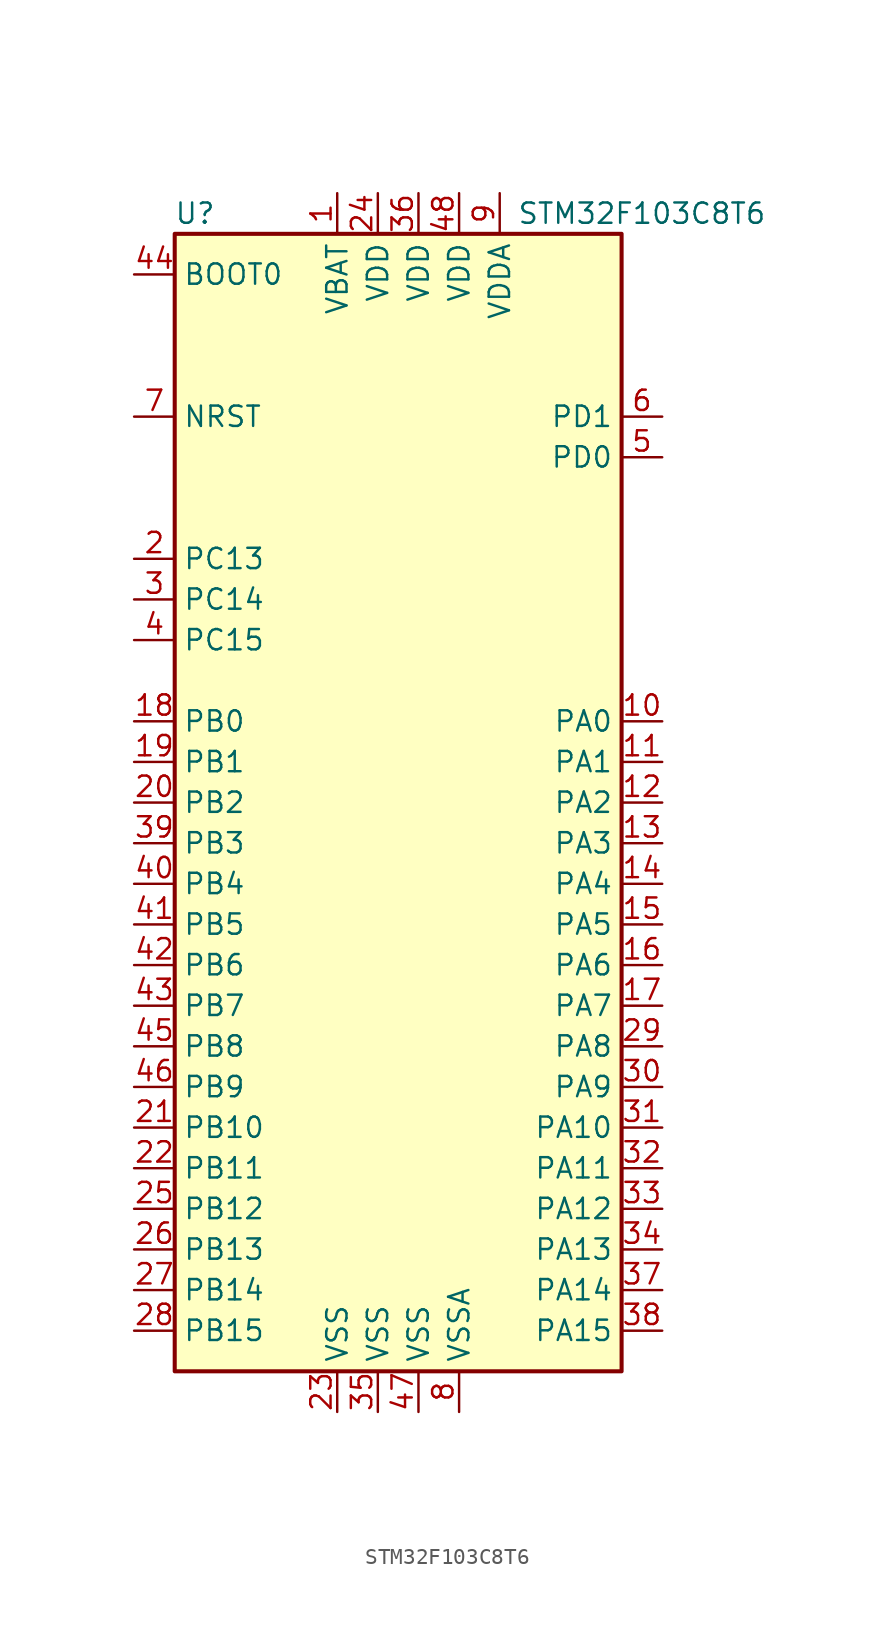
<source format=kicad_sym>
(kicad_symbol_lib
  (version 20211014)
  (generator kicad_symbol_editor)
  (symbol "STM32F103C8T6"
    (property "Reference" "U"
      (at -12.7 36.83 0)
      (effects (font (size 1.27 1.27))))
    (property "Value" "STM32F103C8T6"
      (at 15.24 36.83 0)
      (effects (font (size 1.27 1.27))))
    (symbol "STM32F103C8T6_0_1"
      (rectangle (start -13.97 -35.56) (end 13.97 35.56) (stroke (width 0.254) (type default) (color 0 0 0 0)) (fill (type background))))
    (symbol "STM32F103C8T6_1_1"
      (pin power_in line (at -3.81 38.1 270) (length 2.54) (name "VBAT" (effects (font (size 1.27 1.27)))) (number "1" (effects (font (size 1.27 1.27)))))
      (pin bidirectional line (at 16.51 5.08 180) (length 2.54) (name "PA0" (effects (font (size 1.27 1.27)))) (number "10" (effects (font (size 1.27 1.27)))))
      (pin bidirectional line (at 16.51 2.54 180) (length 2.54) (name "PA1" (effects (font (size 1.27 1.27)))) (number "11" (effects (font (size 1.27 1.27)))))
      (pin bidirectional line (at 16.51 0 180) (length 2.54) (name "PA2" (effects (font (size 1.27 1.27)))) (number "12" (effects (font (size 1.27 1.27)))))
      (pin bidirectional line (at 16.51 -2.54 180) (length 2.54) (name "PA3" (effects (font (size 1.27 1.27)))) (number "13" (effects (font (size 1.27 1.27)))))
      (pin bidirectional line (at 16.51 -5.08 180) (length 2.54) (name "PA4" (effects (font (size 1.27 1.27)))) (number "14" (effects (font (size 1.27 1.27)))))
      (pin bidirectional line (at 16.51 -7.62 180) (length 2.54) (name "PA5" (effects (font (size 1.27 1.27)))) (number "15" (effects (font (size 1.27 1.27)))))
      (pin bidirectional line (at 16.51 -10.16 180) (length 2.54) (name "PA6" (effects (font (size 1.27 1.27)))) (number "16" (effects (font (size 1.27 1.27)))))
      (pin bidirectional line (at 16.51 -12.7 180) (length 2.54) (name "PA7" (effects (font (size 1.27 1.27)))) (number "17" (effects (font (size 1.27 1.27)))))
      (pin bidirectional line (at -16.51 5.08 0) (length 2.54) (name "PB0" (effects (font (size 1.27 1.27)))) (number "18" (effects (font (size 1.27 1.27)))))
      (pin bidirectional line (at -16.51 2.54 0) (length 2.54) (name "PB1" (effects (font (size 1.27 1.27)))) (number "19" (effects (font (size 1.27 1.27)))))
      (pin bidirectional line (at -16.51 15.24 0) (length 2.54) (name "PC13" (effects (font (size 1.27 1.27)))) (number "2" (effects (font (size 1.27 1.27)))))
      (pin bidirectional line (at -16.51 0 0) (length 2.54) (name "PB2" (effects (font (size 1.27 1.27)))) (number "20" (effects (font (size 1.27 1.27)))))
      (pin bidirectional line (at -16.51 -20.32 0) (length 2.54) (name "PB10" (effects (font (size 1.27 1.27)))) (number "21" (effects (font (size 1.27 1.27)))))
      (pin bidirectional line (at -16.51 -22.86 0) (length 2.54) (name "PB11" (effects (font (size 1.27 1.27)))) (number "22" (effects (font (size 1.27 1.27)))))
      (pin power_in line (at -3.81 -38.1 90) (length 2.54) (name "VSS" (effects (font (size 1.27 1.27)))) (number "23" (effects (font (size 1.27 1.27)))))
      (pin power_in line (at -1.27 38.1 270) (length 2.54) (name "VDD" (effects (font (size 1.27 1.27)))) (number "24" (effects (font (size 1.27 1.27)))))
      (pin bidirectional line (at -16.51 -25.4 0) (length 2.54) (name "PB12" (effects (font (size 1.27 1.27)))) (number "25" (effects (font (size 1.27 1.27)))))
      (pin bidirectional line (at -16.51 -27.94 0) (length 2.54) (name "PB13" (effects (font (size 1.27 1.27)))) (number "26" (effects (font (size 1.27 1.27)))))
      (pin bidirectional line (at -16.51 -30.48 0) (length 2.54) (name "PB14" (effects (font (size 1.27 1.27)))) (number "27" (effects (font (size 1.27 1.27)))))
      (pin bidirectional line (at -16.51 -33.02 0) (length 2.54) (name "PB15" (effects (font (size 1.27 1.27)))) (number "28" (effects (font (size 1.27 1.27)))))
      (pin bidirectional line (at 16.51 -15.24 180) (length 2.54) (name "PA8" (effects (font (size 1.27 1.27)))) (number "29" (effects (font (size 1.27 1.27)))))
      (pin bidirectional line (at -16.51 12.7 0) (length 2.54) (name "PC14" (effects (font (size 1.27 1.27)))) (number "3" (effects (font (size 1.27 1.27)))))
      (pin bidirectional line (at 16.51 -17.78 180) (length 2.54) (name "PA9" (effects (font (size 1.27 1.27)))) (number "30" (effects (font (size 1.27 1.27)))))
      (pin bidirectional line (at 16.51 -20.32 180) (length 2.54) (name "PA10" (effects (font (size 1.27 1.27)))) (number "31" (effects (font (size 1.27 1.27)))))
      (pin bidirectional line (at 16.51 -22.86 180) (length 2.54) (name "PA11" (effects (font (size 1.27 1.27)))) (number "32" (effects (font (size 1.27 1.27)))))
      (pin bidirectional line (at 16.51 -25.4 180) (length 2.54) (name "PA12" (effects (font (size 1.27 1.27)))) (number "33" (effects (font (size 1.27 1.27)))))
      (pin bidirectional line (at 16.51 -27.94 180) (length 2.54) (name "PA13" (effects (font (size 1.27 1.27)))) (number "34" (effects (font (size 1.27 1.27)))))
      (pin power_in line (at -1.27 -38.1 90) (length 2.54) (name "VSS" (effects (font (size 1.27 1.27)))) (number "35" (effects (font (size 1.27 1.27)))))
      (pin power_in line (at 1.27 38.1 270) (length 2.54) (name "VDD" (effects (font (size 1.27 1.27)))) (number "36" (effects (font (size 1.27 1.27)))))
      (pin bidirectional line (at 16.51 -30.48 180) (length 2.54) (name "PA14" (effects (font (size 1.27 1.27)))) (number "37" (effects (font (size 1.27 1.27)))))
      (pin bidirectional line (at 16.51 -33.02 180) (length 2.54) (name "PA15" (effects (font (size 1.27 1.27)))) (number "38" (effects (font (size 1.27 1.27)))))
      (pin bidirectional line (at -16.51 -2.54 0) (length 2.54) (name "PB3" (effects (font (size 1.27 1.27)))) (number "39" (effects (font (size 1.27 1.27)))))
      (pin bidirectional line (at -16.51 10.16 0) (length 2.54) (name "PC15" (effects (font (size 1.27 1.27)))) (number "4" (effects (font (size 1.27 1.27)))))
      (pin bidirectional line (at -16.51 -5.08 0) (length 2.54) (name "PB4" (effects (font (size 1.27 1.27)))) (number "40" (effects (font (size 1.27 1.27)))))
      (pin bidirectional line (at -16.51 -7.62 0) (length 2.54) (name "PB5" (effects (font (size 1.27 1.27)))) (number "41" (effects (font (size 1.27 1.27)))))
      (pin bidirectional line (at -16.51 -10.16 0) (length 2.54) (name "PB6" (effects (font (size 1.27 1.27)))) (number "42" (effects (font (size 1.27 1.27)))))
      (pin bidirectional line (at -16.51 -12.7 0) (length 2.54) (name "PB7" (effects (font (size 1.27 1.27)))) (number "43" (effects (font (size 1.27 1.27)))))
      (pin input line (at -16.51 33.02 0) (length 2.54) (name "BOOT0" (effects (font (size 1.27 1.27)))) (number "44" (effects (font (size 1.27 1.27)))))
      (pin bidirectional line (at -16.51 -15.24 0) (length 2.54) (name "PB8" (effects (font (size 1.27 1.27)))) (number "45" (effects (font (size 1.27 1.27)))))
      (pin bidirectional line (at -16.51 -17.78 0) (length 2.54) (name "PB9" (effects (font (size 1.27 1.27)))) (number "46" (effects (font (size 1.27 1.27)))))
      (pin power_in line (at 1.27 -38.1 90) (length 2.54) (name "VSS" (effects (font (size 1.27 1.27)))) (number "47" (effects (font (size 1.27 1.27)))))
      (pin power_in line (at 3.81 38.1 270) (length 2.54) (name "VDD" (effects (font (size 1.27 1.27)))) (number "48" (effects (font (size 1.27 1.27)))))
      (pin input line (at 16.51 21.59 180) (length 2.54) (name "PD0" (effects (font (size 1.27 1.27)))) (number "5" (effects (font (size 1.27 1.27)))))
      (pin input line (at 16.51 24.13 180) (length 2.54) (name "PD1" (effects (font (size 1.27 1.27)))) (number "6" (effects (font (size 1.27 1.27)))))
      (pin input line (at -16.51 24.13 0) (length 2.54) (name "NRST" (effects (font (size 1.27 1.27)))) (number "7" (effects (font (size 1.27 1.27)))))
      (pin power_in line (at 3.81 -38.1 90) (length 2.54) (name "VSSA" (effects (font (size 1.27 1.27)))) (number "8" (effects (font (size 1.27 1.27)))))
      (pin power_in line (at 6.35 38.1 270) (length 2.54) (name "VDDA" (effects (font (size 1.27 1.27)))) (number "9" (effects (font (size 1.27 1.27))))))))
</source>
